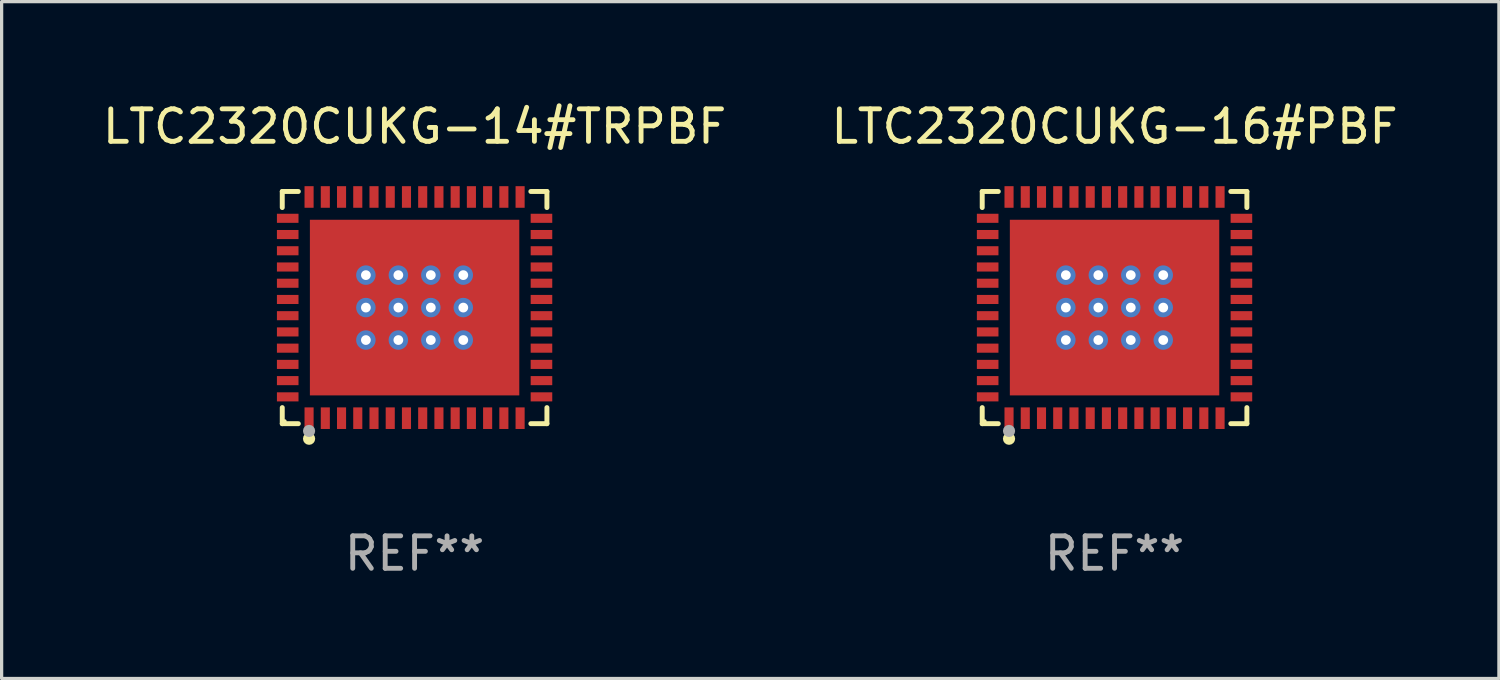
<source format=kicad_pcb>
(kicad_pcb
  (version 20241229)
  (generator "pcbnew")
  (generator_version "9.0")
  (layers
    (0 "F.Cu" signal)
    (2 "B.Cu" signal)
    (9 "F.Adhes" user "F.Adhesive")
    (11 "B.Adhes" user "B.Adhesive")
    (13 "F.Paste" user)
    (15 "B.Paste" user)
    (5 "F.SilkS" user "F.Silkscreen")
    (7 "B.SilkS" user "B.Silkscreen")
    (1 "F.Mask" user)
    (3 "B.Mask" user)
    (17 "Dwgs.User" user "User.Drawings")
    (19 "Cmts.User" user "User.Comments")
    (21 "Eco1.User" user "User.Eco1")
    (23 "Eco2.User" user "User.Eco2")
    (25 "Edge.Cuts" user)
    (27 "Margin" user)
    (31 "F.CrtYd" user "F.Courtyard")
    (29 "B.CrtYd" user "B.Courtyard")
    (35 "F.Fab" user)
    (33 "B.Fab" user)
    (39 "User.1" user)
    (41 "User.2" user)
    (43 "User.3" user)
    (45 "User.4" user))
  (footprint "LTC2320CUKG-14#TRPBF"
    (layer "F.Cu")
    (at 9.72 6.424)
    (property "Reference" "LTC2320CUKG-14#TRPBF" (at 0 -5.576 0) (layer "F.SilkS") (effects (font (size 1 1) (thickness 0.15))))
    (attr through_hole)
    (fp_line (start -4.076 -3.576) (end -3.581 -3.576) (stroke (width 0.152) (type solid)) (layer "F.SilkS"))
    (fp_line (start -4.076 -3.081) (end -4.076 -3.576) (stroke (width 0.152) (type solid)) (layer "F.SilkS"))
    (fp_line (start -4.076 3.081) (end -4.076 3.576) (stroke (width 0.152) (type solid)) (layer "F.SilkS"))
    (fp_line (start -4.076 3.576) (end -3.581 3.576) (stroke (width 0.152) (type solid)) (layer "F.SilkS"))
    (fp_line (start 4.076 -3.576) (end 3.581 -3.576) (stroke (width 0.152) (type solid)) (layer "F.SilkS"))
    (fp_line (start 4.076 -3.081) (end 4.076 -3.576) (stroke (width 0.152) (type solid)) (layer "F.SilkS"))
    (fp_line (start 4.076 3.081) (end 4.076 3.576) (stroke (width 0.152) (type solid)) (layer "F.SilkS"))
    (fp_line (start 4.076 3.576) (end 3.581 3.576) (stroke (width 0.152) (type solid)) (layer "F.SilkS"))
    (fp_circle (center -4 3.5) (end -3.97 3.5) (stroke (width 0.06) (type solid)) (fill no) (layer "F.SilkS"))
    (fp_circle (center -3.25 4.04) (end -3.156 4.04) (stroke (width 0.188) (type solid)) (fill no) (layer "F.SilkS"))
    (fp_circle (center -3.25 3.8) (end -3.156 3.8) (stroke (width 0.188) (type solid)) (fill no) (layer "F.Fab"))
    (fp_text user "REF**" (at 0 7.576 0) (layer "F.Fab") (effects (font (size 1 1) (thickness 0.15))))
    (pad "1" smd rect (at -3.25 3.407) (size 0.28 0.665) (layers "F.Cu" "F.Mask" "F.Paste"))
    (pad "2" smd rect (at -2.75 3.407) (size 0.28 0.665) (layers "F.Cu" "F.Mask" "F.Paste"))
    (pad "3" smd rect (at -2.25 3.407) (size 0.28 0.665) (layers "F.Cu" "F.Mask" "F.Paste"))
    (pad "4" smd rect (at -1.75 3.407) (size 0.28 0.665) (layers "F.Cu" "F.Mask" "F.Paste"))
    (pad "5" smd rect (at -1.25 3.407) (size 0.28 0.665) (layers "F.Cu" "F.Mask" "F.Paste"))
    (pad "6" smd rect (at -0.75 3.407) (size 0.28 0.665) (layers "F.Cu" "F.Mask" "F.Paste"))
    (pad "7" smd rect (at -0.25 3.407) (size 0.28 0.665) (layers "F.Cu" "F.Mask" "F.Paste"))
    (pad "8" smd rect (at 0.25 3.407) (size 0.28 0.665) (layers "F.Cu" "F.Mask" "F.Paste"))
    (pad "9" smd rect (at 0.75 3.407) (size 0.28 0.665) (layers "F.Cu" "F.Mask" "F.Paste"))
    (pad "10" smd rect (at 1.25 3.407) (size 0.28 0.665) (layers "F.Cu" "F.Mask" "F.Paste"))
    (pad "11" smd rect (at 1.75 3.407) (size 0.28 0.665) (layers "F.Cu" "F.Mask" "F.Paste"))
    (pad "12" smd rect (at 2.25 3.407) (size 0.28 0.665) (layers "F.Cu" "F.Mask" "F.Paste"))
    (pad "13" smd rect (at 2.75 3.407) (size 0.28 0.665) (layers "F.Cu" "F.Mask" "F.Paste"))
    (pad "14" smd rect (at 3.25 3.407) (size 0.28 0.665) (layers "F.Cu" "F.Mask" "F.Paste"))
    (pad "15" smd rect (at 3.908 2.75) (size 0.665 0.28) (layers "F.Cu" "F.Mask" "F.Paste"))
    (pad "16" smd rect (at 3.908 2.25) (size 0.665 0.28) (layers "F.Cu" "F.Mask" "F.Paste"))
    (pad "17" smd rect (at 3.908 1.75) (size 0.665 0.28) (layers "F.Cu" "F.Mask" "F.Paste"))
    (pad "18" smd rect (at 3.908 1.25) (size 0.665 0.28) (layers "F.Cu" "F.Mask" "F.Paste"))
    (pad "19" smd rect (at 3.908 0.75) (size 0.665 0.28) (layers "F.Cu" "F.Mask" "F.Paste"))
    (pad "20" smd rect (at 3.908 0.25) (size 0.665 0.28) (layers "F.Cu" "F.Mask" "F.Paste"))
    (pad "21" smd rect (at 3.908 -0.25) (size 0.665 0.28) (layers "F.Cu" "F.Mask" "F.Paste"))
    (pad "22" smd rect (at 3.908 -0.75) (size 0.665 0.28) (layers "F.Cu" "F.Mask" "F.Paste"))
    (pad "23" smd rect (at 3.908 -1.25) (size 0.665 0.28) (layers "F.Cu" "F.Mask" "F.Paste"))
    (pad "24" smd rect (at 3.908 -1.75) (size 0.665 0.28) (layers "F.Cu" "F.Mask" "F.Paste"))
    (pad "25" smd rect (at 3.908 -2.25) (size 0.665 0.28) (layers "F.Cu" "F.Mask" "F.Paste"))
    (pad "26" smd rect (at 3.908 -2.75) (size 0.665 0.28) (layers "F.Cu" "F.Mask" "F.Paste"))
    (pad "27" smd rect (at 3.25 -3.407) (size 0.28 0.665) (layers "F.Cu" "F.Mask" "F.Paste"))
    (pad "28" smd rect (at 2.75 -3.407) (size 0.28 0.665) (layers "F.Cu" "F.Mask" "F.Paste"))
    (pad "29" smd rect (at 2.25 -3.407) (size 0.28 0.665) (layers "F.Cu" "F.Mask" "F.Paste"))
    (pad "30" smd rect (at 1.75 -3.407) (size 0.28 0.665) (layers "F.Cu" "F.Mask" "F.Paste"))
    (pad "31" smd rect (at 1.25 -3.407) (size 0.28 0.665) (layers "F.Cu" "F.Mask" "F.Paste"))
    (pad "32" smd rect (at 0.75 -3.407) (size 0.28 0.665) (layers "F.Cu" "F.Mask" "F.Paste"))
    (pad "33" smd rect (at 0.25 -3.407) (size 0.28 0.665) (layers "F.Cu" "F.Mask" "F.Paste"))
    (pad "34" smd rect (at -0.25 -3.407) (size 0.28 0.665) (layers "F.Cu" "F.Mask" "F.Paste"))
    (pad "35" smd rect (at -0.75 -3.407) (size 0.28 0.665) (layers "F.Cu" "F.Mask" "F.Paste"))
    (pad "36" smd rect (at -1.25 -3.407) (size 0.28 0.665) (layers "F.Cu" "F.Mask" "F.Paste"))
    (pad "37" smd rect (at -1.75 -3.407) (size 0.28 0.665) (layers "F.Cu" "F.Mask" "F.Paste"))
    (pad "38" smd rect (at -2.25 -3.407) (size 0.28 0.665) (layers "F.Cu" "F.Mask" "F.Paste"))
    (pad "39" smd rect (at -2.75 -3.407) (size 0.28 0.665) (layers "F.Cu" "F.Mask" "F.Paste"))
    (pad "40" smd rect (at -3.25 -3.407) (size 0.28 0.665) (layers "F.Cu" "F.Mask" "F.Paste"))
    (pad "41" smd rect (at -3.908 -2.75) (size 0.665 0.28) (layers "F.Cu" "F.Mask" "F.Paste"))
    (pad "42" smd rect (at -3.908 -2.25) (size 0.665 0.28) (layers "F.Cu" "F.Mask" "F.Paste"))
    (pad "43" smd rect (at -3.908 -1.75) (size 0.665 0.28) (layers "F.Cu" "F.Mask" "F.Paste"))
    (pad "44" smd rect (at -3.908 -1.25) (size 0.665 0.28) (layers "F.Cu" "F.Mask" "F.Paste"))
    (pad "45" smd rect (at -3.908 -0.75) (size 0.665 0.28) (layers "F.Cu" "F.Mask" "F.Paste"))
    (pad "46" smd rect (at -3.908 -0.25) (size 0.665 0.28) (layers "F.Cu" "F.Mask" "F.Paste"))
    (pad "47" smd rect (at -3.908 0.25) (size 0.665 0.28) (layers "F.Cu" "F.Mask" "F.Paste"))
    (pad "48" smd rect (at -3.908 0.75) (size 0.665 0.28) (layers "F.Cu" "F.Mask" "F.Paste"))
    (pad "49" smd rect (at -3.908 1.25) (size 0.665 0.28) (layers "F.Cu" "F.Mask" "F.Paste"))
    (pad "50" smd rect (at -3.908 1.75) (size 0.665 0.28) (layers "F.Cu" "F.Mask" "F.Paste"))
    (pad "51" smd rect (at -3.908 2.25) (size 0.665 0.28) (layers "F.Cu" "F.Mask" "F.Paste"))
    (pad "52" smd rect (at -3.908 2.75) (size 0.665 0.28) (layers "F.Cu" "F.Mask" "F.Paste"))
    (pad "53" thru_hole circle (at -1.5 -1) (size 0.6 0.6) (drill 0.3) (layers "*.Cu" "*.Mask"))
    (pad "53" thru_hole circle (at -1.5 0) (size 0.6 0.6) (drill 0.3) (layers "*.Cu" "*.Mask"))
    (pad "53" thru_hole circle (at -1.5 1) (size 0.6 0.6) (drill 0.3) (layers "*.Cu" "*.Mask"))
    (pad "53" thru_hole circle (at -0.5 -1) (size 0.6 0.6) (drill 0.3) (layers "*.Cu" "*.Mask"))
    (pad "53" thru_hole circle (at -0.5 0) (size 0.6 0.6) (drill 0.3) (layers "*.Cu" "*.Mask"))
    (pad "53" thru_hole circle (at -0.5 1) (size 0.6 0.6) (drill 0.3) (layers "*.Cu" "*.Mask"))
    (pad "53" smd rect (at 0 0) (size 6.45 5.41) (layers "F.Cu" "F.Mask" "F.Paste"))
    (pad "53" thru_hole circle (at 0.5 -1) (size 0.6 0.6) (drill 0.3) (layers "*.Cu" "*.Mask"))
    (pad "53" thru_hole circle (at 0.5 0) (size 0.6 0.6) (drill 0.3) (layers "*.Cu" "*.Mask"))
    (pad "53" thru_hole circle (at 0.5 1) (size 0.6 0.6) (drill 0.3) (layers "*.Cu" "*.Mask"))
    (pad "53" thru_hole circle (at 1.5 -1) (size 0.6 0.6) (drill 0.3) (layers "*.Cu" "*.Mask"))
    (pad "53" thru_hole circle (at 1.5 0) (size 0.6 0.6) (drill 0.3) (layers "*.Cu" "*.Mask"))
    (pad "53" thru_hole circle (at 1.5 1) (size 0.6 0.6) (drill 0.3) (layers "*.Cu" "*.Mask")))
  (footprint "LTC2320CUKG-16#PBF"
    (layer "F.Cu")
    (at 31.28 6.424)
    (property "Reference" "LTC2320CUKG-16#PBF" (at 0 -5.576 0) (layer "F.SilkS") (effects (font (size 1 1) (thickness 0.15))))
    (attr through_hole)
    (fp_line (start -4.076 -3.576) (end -3.581 -3.576) (stroke (width 0.152) (type solid)) (layer "F.SilkS"))
    (fp_line (start -4.076 -3.081) (end -4.076 -3.576) (stroke (width 0.152) (type solid)) (layer "F.SilkS"))
    (fp_line (start -4.076 3.081) (end -4.076 3.576) (stroke (width 0.152) (type solid)) (layer "F.SilkS"))
    (fp_line (start -4.076 3.576) (end -3.581 3.576) (stroke (width 0.152) (type solid)) (layer "F.SilkS"))
    (fp_line (start 4.076 -3.576) (end 3.581 -3.576) (stroke (width 0.152) (type solid)) (layer "F.SilkS"))
    (fp_line (start 4.076 -3.081) (end 4.076 -3.576) (stroke (width 0.152) (type solid)) (layer "F.SilkS"))
    (fp_line (start 4.076 3.081) (end 4.076 3.576) (stroke (width 0.152) (type solid)) (layer "F.SilkS"))
    (fp_line (start 4.076 3.576) (end 3.581 3.576) (stroke (width 0.152) (type solid)) (layer "F.SilkS"))
    (fp_circle (center -4 3.5) (end -3.97 3.5) (stroke (width 0.06) (type solid)) (fill no) (layer "F.SilkS"))
    (fp_circle (center -3.25 4.04) (end -3.156 4.04) (stroke (width 0.188) (type solid)) (fill no) (layer "F.SilkS"))
    (fp_circle (center -3.25 3.8) (end -3.156 3.8) (stroke (width 0.188) (type solid)) (fill no) (layer "F.Fab"))
    (fp_text user "REF**" (at 0 7.576 0) (layer "F.Fab") (effects (font (size 1 1) (thickness 0.15))))
    (pad "1" smd rect (at -3.25 3.407) (size 0.28 0.665) (layers "F.Cu" "F.Mask" "F.Paste"))
    (pad "2" smd rect (at -2.75 3.407) (size 0.28 0.665) (layers "F.Cu" "F.Mask" "F.Paste"))
    (pad "3" smd rect (at -2.25 3.407) (size 0.28 0.665) (layers "F.Cu" "F.Mask" "F.Paste"))
    (pad "4" smd rect (at -1.75 3.407) (size 0.28 0.665) (layers "F.Cu" "F.Mask" "F.Paste"))
    (pad "5" smd rect (at -1.25 3.407) (size 0.28 0.665) (layers "F.Cu" "F.Mask" "F.Paste"))
    (pad "6" smd rect (at -0.75 3.407) (size 0.28 0.665) (layers "F.Cu" "F.Mask" "F.Paste"))
    (pad "7" smd rect (at -0.25 3.407) (size 0.28 0.665) (layers "F.Cu" "F.Mask" "F.Paste"))
    (pad "8" smd rect (at 0.25 3.407) (size 0.28 0.665) (layers "F.Cu" "F.Mask" "F.Paste"))
    (pad "9" smd rect (at 0.75 3.407) (size 0.28 0.665) (layers "F.Cu" "F.Mask" "F.Paste"))
    (pad "10" smd rect (at 1.25 3.407) (size 0.28 0.665) (layers "F.Cu" "F.Mask" "F.Paste"))
    (pad "11" smd rect (at 1.75 3.407) (size 0.28 0.665) (layers "F.Cu" "F.Mask" "F.Paste"))
    (pad "12" smd rect (at 2.25 3.407) (size 0.28 0.665) (layers "F.Cu" "F.Mask" "F.Paste"))
    (pad "13" smd rect (at 2.75 3.407) (size 0.28 0.665) (layers "F.Cu" "F.Mask" "F.Paste"))
    (pad "14" smd rect (at 3.25 3.407) (size 0.28 0.665) (layers "F.Cu" "F.Mask" "F.Paste"))
    (pad "15" smd rect (at 3.908 2.75) (size 0.665 0.28) (layers "F.Cu" "F.Mask" "F.Paste"))
    (pad "16" smd rect (at 3.908 2.25) (size 0.665 0.28) (layers "F.Cu" "F.Mask" "F.Paste"))
    (pad "17" smd rect (at 3.908 1.75) (size 0.665 0.28) (layers "F.Cu" "F.Mask" "F.Paste"))
    (pad "18" smd rect (at 3.908 1.25) (size 0.665 0.28) (layers "F.Cu" "F.Mask" "F.Paste"))
    (pad "19" smd rect (at 3.908 0.75) (size 0.665 0.28) (layers "F.Cu" "F.Mask" "F.Paste"))
    (pad "20" smd rect (at 3.908 0.25) (size 0.665 0.28) (layers "F.Cu" "F.Mask" "F.Paste"))
    (pad "21" smd rect (at 3.908 -0.25) (size 0.665 0.28) (layers "F.Cu" "F.Mask" "F.Paste"))
    (pad "22" smd rect (at 3.908 -0.75) (size 0.665 0.28) (layers "F.Cu" "F.Mask" "F.Paste"))
    (pad "23" smd rect (at 3.908 -1.25) (size 0.665 0.28) (layers "F.Cu" "F.Mask" "F.Paste"))
    (pad "24" smd rect (at 3.908 -1.75) (size 0.665 0.28) (layers "F.Cu" "F.Mask" "F.Paste"))
    (pad "25" smd rect (at 3.908 -2.25) (size 0.665 0.28) (layers "F.Cu" "F.Mask" "F.Paste"))
    (pad "26" smd rect (at 3.908 -2.75) (size 0.665 0.28) (layers "F.Cu" "F.Mask" "F.Paste"))
    (pad "27" smd rect (at 3.25 -3.407) (size 0.28 0.665) (layers "F.Cu" "F.Mask" "F.Paste"))
    (pad "28" smd rect (at 2.75 -3.407) (size 0.28 0.665) (layers "F.Cu" "F.Mask" "F.Paste"))
    (pad "29" smd rect (at 2.25 -3.407) (size 0.28 0.665) (layers "F.Cu" "F.Mask" "F.Paste"))
    (pad "30" smd rect (at 1.75 -3.407) (size 0.28 0.665) (layers "F.Cu" "F.Mask" "F.Paste"))
    (pad "31" smd rect (at 1.25 -3.407) (size 0.28 0.665) (layers "F.Cu" "F.Mask" "F.Paste"))
    (pad "32" smd rect (at 0.75 -3.407) (size 0.28 0.665) (layers "F.Cu" "F.Mask" "F.Paste"))
    (pad "33" smd rect (at 0.25 -3.407) (size 0.28 0.665) (layers "F.Cu" "F.Mask" "F.Paste"))
    (pad "34" smd rect (at -0.25 -3.407) (size 0.28 0.665) (layers "F.Cu" "F.Mask" "F.Paste"))
    (pad "35" smd rect (at -0.75 -3.407) (size 0.28 0.665) (layers "F.Cu" "F.Mask" "F.Paste"))
    (pad "36" smd rect (at -1.25 -3.407) (size 0.28 0.665) (layers "F.Cu" "F.Mask" "F.Paste"))
    (pad "37" smd rect (at -1.75 -3.407) (size 0.28 0.665) (layers "F.Cu" "F.Mask" "F.Paste"))
    (pad "38" smd rect (at -2.25 -3.407) (size 0.28 0.665) (layers "F.Cu" "F.Mask" "F.Paste"))
    (pad "39" smd rect (at -2.75 -3.407) (size 0.28 0.665) (layers "F.Cu" "F.Mask" "F.Paste"))
    (pad "40" smd rect (at -3.25 -3.407) (size 0.28 0.665) (layers "F.Cu" "F.Mask" "F.Paste"))
    (pad "41" smd rect (at -3.908 -2.75) (size 0.665 0.28) (layers "F.Cu" "F.Mask" "F.Paste"))
    (pad "42" smd rect (at -3.908 -2.25) (size 0.665 0.28) (layers "F.Cu" "F.Mask" "F.Paste"))
    (pad "43" smd rect (at -3.908 -1.75) (size 0.665 0.28) (layers "F.Cu" "F.Mask" "F.Paste"))
    (pad "44" smd rect (at -3.908 -1.25) (size 0.665 0.28) (layers "F.Cu" "F.Mask" "F.Paste"))
    (pad "45" smd rect (at -3.908 -0.75) (size 0.665 0.28) (layers "F.Cu" "F.Mask" "F.Paste"))
    (pad "46" smd rect (at -3.908 -0.25) (size 0.665 0.28) (layers "F.Cu" "F.Mask" "F.Paste"))
    (pad "47" smd rect (at -3.908 0.25) (size 0.665 0.28) (layers "F.Cu" "F.Mask" "F.Paste"))
    (pad "48" smd rect (at -3.908 0.75) (size 0.665 0.28) (layers "F.Cu" "F.Mask" "F.Paste"))
    (pad "49" smd rect (at -3.908 1.25) (size 0.665 0.28) (layers "F.Cu" "F.Mask" "F.Paste"))
    (pad "50" smd rect (at -3.908 1.75) (size 0.665 0.28) (layers "F.Cu" "F.Mask" "F.Paste"))
    (pad "51" smd rect (at -3.908 2.25) (size 0.665 0.28) (layers "F.Cu" "F.Mask" "F.Paste"))
    (pad "52" smd rect (at -3.908 2.75) (size 0.665 0.28) (layers "F.Cu" "F.Mask" "F.Paste"))
    (pad "53" thru_hole circle (at -1.5 -1) (size 0.6 0.6) (drill 0.3) (layers "*.Cu" "*.Mask"))
    (pad "53" thru_hole circle (at -1.5 0) (size 0.6 0.6) (drill 0.3) (layers "*.Cu" "*.Mask"))
    (pad "53" thru_hole circle (at -1.5 1) (size 0.6 0.6) (drill 0.3) (layers "*.Cu" "*.Mask"))
    (pad "53" thru_hole circle (at -0.5 -1) (size 0.6 0.6) (drill 0.3) (layers "*.Cu" "*.Mask"))
    (pad "53" thru_hole circle (at -0.5 0) (size 0.6 0.6) (drill 0.3) (layers "*.Cu" "*.Mask"))
    (pad "53" thru_hole circle (at -0.5 1) (size 0.6 0.6) (drill 0.3) (layers "*.Cu" "*.Mask"))
    (pad "53" smd rect (at 0 0) (size 6.45 5.41) (layers "F.Cu" "F.Mask" "F.Paste"))
    (pad "53" thru_hole circle (at 0.5 -1) (size 0.6 0.6) (drill 0.3) (layers "*.Cu" "*.Mask"))
    (pad "53" thru_hole circle (at 0.5 0) (size 0.6 0.6) (drill 0.3) (layers "*.Cu" "*.Mask"))
    (pad "53" thru_hole circle (at 0.5 1) (size 0.6 0.6) (drill 0.3) (layers "*.Cu" "*.Mask"))
    (pad "53" thru_hole circle (at 1.5 -1) (size 0.6 0.6) (drill 0.3) (layers "*.Cu" "*.Mask"))
    (pad "53" thru_hole circle (at 1.5 0) (size 0.6 0.6) (drill 0.3) (layers "*.Cu" "*.Mask"))
    (pad "53" thru_hole circle (at 1.5 1) (size 0.6 0.6) (drill 0.3) (layers "*.Cu" "*.Mask")))
  (gr_rect
    (start -3 -3)
    (end 43.119 17.849)
    (stroke (width 0.1) (type default))
    (fill no)
    (layer "Edge.Cuts")))
</source>
